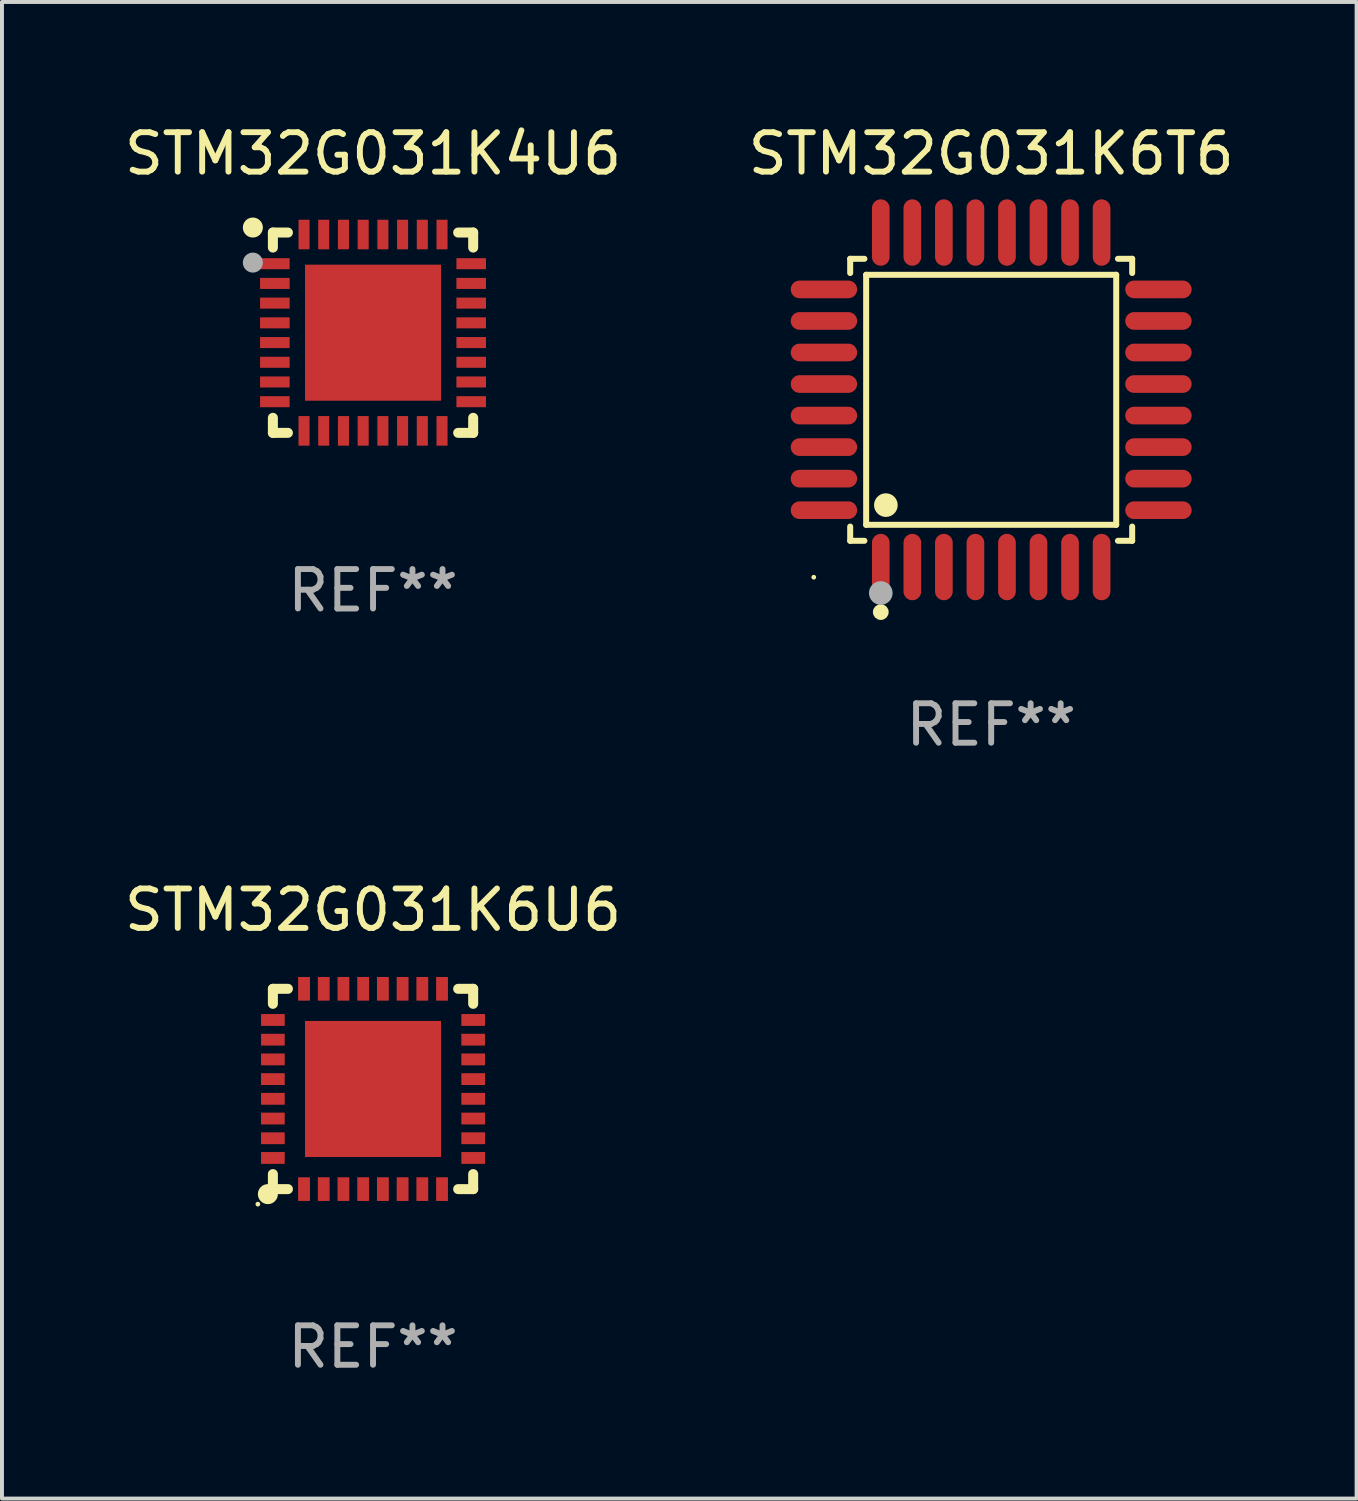
<source format=kicad_pcb>
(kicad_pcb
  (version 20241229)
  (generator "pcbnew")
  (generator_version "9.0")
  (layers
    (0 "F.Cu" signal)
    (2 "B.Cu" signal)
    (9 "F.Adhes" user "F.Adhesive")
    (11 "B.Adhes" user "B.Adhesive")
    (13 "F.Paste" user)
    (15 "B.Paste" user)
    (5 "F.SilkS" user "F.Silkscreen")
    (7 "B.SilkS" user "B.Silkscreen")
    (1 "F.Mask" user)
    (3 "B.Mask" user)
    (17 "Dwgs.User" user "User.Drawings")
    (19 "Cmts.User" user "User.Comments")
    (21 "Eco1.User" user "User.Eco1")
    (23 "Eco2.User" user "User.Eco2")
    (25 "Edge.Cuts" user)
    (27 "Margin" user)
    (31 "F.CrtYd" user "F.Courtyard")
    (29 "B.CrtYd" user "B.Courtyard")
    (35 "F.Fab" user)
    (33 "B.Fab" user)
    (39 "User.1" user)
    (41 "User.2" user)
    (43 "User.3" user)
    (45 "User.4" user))
  (footprint "STM32G031K6U6"
    (layer "F.Cu")
    (at 6.411 24.569)
    (property "Reference" "STM32G031K6U6" (at 0 -4.54 0) (layer "F.SilkS") (effects (font (size 1 1) (thickness 0.15))))
    (attr through_hole)
    (fp_line (start -2.54 -2.54) (end -2.159 -2.54) (stroke (width 0.254) (type solid)) (layer "F.SilkS"))
    (fp_line (start -2.54 -2.159) (end -2.54 -2.54) (stroke (width 0.254) (type solid)) (layer "F.SilkS"))
    (fp_line (start -2.54 2.54) (end -2.54 2.159) (stroke (width 0.254) (type solid)) (layer "F.SilkS"))
    (fp_line (start -2.159 2.54) (end -2.54 2.54) (stroke (width 0.254) (type solid)) (layer "F.SilkS"))
    (fp_line (start 2.159 -2.54) (end 2.54 -2.54) (stroke (width 0.254) (type solid)) (layer "F.SilkS"))
    (fp_line (start 2.54 -2.54) (end 2.54 -2.159) (stroke (width 0.254) (type solid)) (layer "F.SilkS"))
    (fp_line (start 2.54 2.159) (end 2.54 2.54) (stroke (width 0.254) (type solid)) (layer "F.SilkS"))
    (fp_line (start 2.54 2.54) (end 2.159 2.54) (stroke (width 0.254) (type solid)) (layer "F.SilkS"))
    (fp_circle (center -2.921 2.921) (end -2.891 2.921) (stroke (width 0.06) (type solid)) (fill no) (layer "F.SilkS"))
    (fp_circle (center -2.667 2.667) (end -2.54 2.667) (stroke (width 0.254) (type solid)) (fill no) (layer "F.SilkS"))
    (fp_text user "REF**" (at 0 6.54 0) (layer "F.Fab") (effects (font (size 1 1) (thickness 0.15))))
    (pad "1" smd rect (at -1.75 2.54 90) (size 0.6 0.3) (layers "F.Cu" "F.Mask" "F.Paste"))
    (pad "2" smd rect (at -1.25 2.54 90) (size 0.6 0.3) (layers "F.Cu" "F.Mask" "F.Paste"))
    (pad "3" smd rect (at -0.75 2.54 90) (size 0.6 0.3) (layers "F.Cu" "F.Mask" "F.Paste"))
    (pad "4" smd rect (at -0.25 2.54 90) (size 0.6 0.3) (layers "F.Cu" "F.Mask" "F.Paste"))
    (pad "5" smd rect (at 0.25 2.54 90) (size 0.6 0.3) (layers "F.Cu" "F.Mask" "F.Paste"))
    (pad "6" smd rect (at 0.75 2.54 90) (size 0.6 0.3) (layers "F.Cu" "F.Mask" "F.Paste"))
    (pad "7" smd rect (at 1.25 2.54 90) (size 0.6 0.3) (layers "F.Cu" "F.Mask" "F.Paste"))
    (pad "8" smd rect (at 1.75 2.54 90) (size 0.6 0.3) (layers "F.Cu" "F.Mask" "F.Paste"))
    (pad "9" smd rect (at 2.54 1.75 180) (size 0.6 0.3) (layers "F.Cu" "F.Mask" "F.Paste"))
    (pad "10" smd rect (at 2.54 1.25 180) (size 0.6 0.3) (layers "F.Cu" "F.Mask" "F.Paste"))
    (pad "11" smd rect (at 2.54 0.75 180) (size 0.6 0.3) (layers "F.Cu" "F.Mask" "F.Paste"))
    (pad "12" smd rect (at 2.54 0.25 180) (size 0.6 0.3) (layers "F.Cu" "F.Mask" "F.Paste"))
    (pad "13" smd rect (at 2.54 -0.25 180) (size 0.6 0.3) (layers "F.Cu" "F.Mask" "F.Paste"))
    (pad "14" smd rect (at 2.54 -0.75 180) (size 0.6 0.3) (layers "F.Cu" "F.Mask" "F.Paste"))
    (pad "15" smd rect (at 2.54 -1.25 180) (size 0.6 0.3) (layers "F.Cu" "F.Mask" "F.Paste"))
    (pad "16" smd rect (at 2.54 -1.75 180) (size 0.6 0.3) (layers "F.Cu" "F.Mask" "F.Paste"))
    (pad "17" smd rect (at 1.75 -2.54 270) (size 0.6 0.3) (layers "F.Cu" "F.Mask" "F.Paste"))
    (pad "18" smd rect (at 1.25 -2.54 270) (size 0.6 0.3) (layers "F.Cu" "F.Mask" "F.Paste"))
    (pad "19" smd rect (at 0.75 -2.54 270) (size 0.6 0.3) (layers "F.Cu" "F.Mask" "F.Paste"))
    (pad "20" smd rect (at 0.25 -2.54 270) (size 0.6 0.3) (layers "F.Cu" "F.Mask" "F.Paste"))
    (pad "21" smd rect (at -0.25 -2.54 270) (size 0.6 0.3) (layers "F.Cu" "F.Mask" "F.Paste"))
    (pad "22" smd rect (at -0.75 -2.54 270) (size 0.6 0.3) (layers "F.Cu" "F.Mask" "F.Paste"))
    (pad "23" smd rect (at -1.25 -2.54 270) (size 0.6 0.3) (layers "F.Cu" "F.Mask" "F.Paste"))
    (pad "24" smd rect (at -1.75 -2.54 270) (size 0.6 0.3) (layers "F.Cu" "F.Mask" "F.Paste"))
    (pad "25" smd rect (at -2.54 -1.75) (size 0.6 0.3) (layers "F.Cu" "F.Mask" "F.Paste"))
    (pad "26" smd rect (at -2.54 -1.25) (size 0.6 0.3) (layers "F.Cu" "F.Mask" "F.Paste"))
    (pad "27" smd rect (at -2.54 -0.75) (size 0.6 0.3) (layers "F.Cu" "F.Mask" "F.Paste"))
    (pad "28" smd rect (at -2.54 -0.25) (size 0.6 0.3) (layers "F.Cu" "F.Mask" "F.Paste"))
    (pad "29" smd rect (at -2.54 0.25) (size 0.6 0.3) (layers "F.Cu" "F.Mask" "F.Paste"))
    (pad "30" smd rect (at -2.54 0.75) (size 0.6 0.3) (layers "F.Cu" "F.Mask" "F.Paste"))
    (pad "31" smd rect (at -2.54 1.25) (size 0.6 0.3) (layers "F.Cu" "F.Mask" "F.Paste"))
    (pad "32" smd rect (at -2.54 1.75) (size 0.6 0.3) (layers "F.Cu" "F.Mask" "F.Paste"))
    (pad "33" smd rect (at 0 0) (size 3.45 3.45) (layers "F.Cu" "F.Mask" "F.Paste")))
  (footprint "STM32G031K6T6"
    (layer "F.Cu")
    (at 22.089 7.09)
    (property "Reference" "STM32G031K6T6" (at 0 -6.242 0) (layer "F.SilkS") (effects (font (size 1 1) (thickness 0.15))))
    (attr through_hole)
    (fp_line (start -3.576 -3.576) (end -3.215 -3.576) (stroke (width 0.152) (type solid)) (layer "F.SilkS"))
    (fp_line (start -3.576 -3.215) (end -3.576 -3.576) (stroke (width 0.152) (type solid)) (layer "F.SilkS"))
    (fp_line (start -3.576 3.215) (end -3.576 3.576) (stroke (width 0.152) (type solid)) (layer "F.SilkS"))
    (fp_line (start -3.576 3.576) (end -3.215 3.576) (stroke (width 0.152) (type solid)) (layer "F.SilkS"))
    (fp_line (start -3.171 -3.171) (end 3.171 -3.171) (stroke (width 0.152) (type solid)) (layer "F.SilkS"))
    (fp_line (start -3.171 3.171) (end -3.171 -3.171) (stroke (width 0.152) (type solid)) (layer "F.SilkS"))
    (fp_line (start 3.171 -3.171) (end 3.171 3.171) (stroke (width 0.152) (type solid)) (layer "F.SilkS"))
    (fp_line (start 3.171 3.171) (end -3.171 3.171) (stroke (width 0.152) (type solid)) (layer "F.SilkS"))
    (fp_line (start 3.576 -3.576) (end 3.215 -3.576) (stroke (width 0.152) (type solid)) (layer "F.SilkS"))
    (fp_line (start 3.576 -3.215) (end 3.576 -3.576) (stroke (width 0.152) (type solid)) (layer "F.SilkS"))
    (fp_line (start 3.576 3.215) (end 3.576 3.576) (stroke (width 0.152) (type solid)) (layer "F.SilkS"))
    (fp_line (start 3.576 3.576) (end 3.215 3.576) (stroke (width 0.152) (type solid)) (layer "F.SilkS"))
    (fp_circle (center -4.5 4.5) (end -4.47 4.5) (stroke (width 0.06) (type solid)) (fill no) (layer "F.SilkS"))
    (fp_circle (center -2.8 5.384) (end -2.7 5.384) (stroke (width 0.2) (type solid)) (fill no) (layer "F.SilkS"))
    (fp_circle (center -2.671 2.671) (end -2.521 2.671) (stroke (width 0.3) (type solid)) (fill no) (layer "F.SilkS"))
    (fp_circle (center -2.8 4.9) (end -2.65 4.9) (stroke (width 0.3) (type solid)) (fill no) (layer "F.Fab"))
    (fp_text user "REF**" (at 0 8.242 0) (layer "F.Fab") (effects (font (size 1 1) (thickness 0.15))))
    (pad "1" smd oval (at -2.8 4.242) (size 0.448 1.684) (layers "F.Cu" "F.Mask" "F.Paste"))
    (pad "2" smd oval (at -2 4.242) (size 0.448 1.684) (layers "F.Cu" "F.Mask" "F.Paste"))
    (pad "3" smd oval (at -1.2 4.242) (size 0.448 1.684) (layers "F.Cu" "F.Mask" "F.Paste"))
    (pad "4" smd oval (at -0.4 4.242) (size 0.448 1.684) (layers "F.Cu" "F.Mask" "F.Paste"))
    (pad "5" smd oval (at 0.4 4.242) (size 0.448 1.684) (layers "F.Cu" "F.Mask" "F.Paste"))
    (pad "6" smd oval (at 1.2 4.242) (size 0.448 1.684) (layers "F.Cu" "F.Mask" "F.Paste"))
    (pad "7" smd oval (at 2 4.242) (size 0.448 1.684) (layers "F.Cu" "F.Mask" "F.Paste"))
    (pad "8" smd oval (at 2.8 4.242) (size 0.448 1.684) (layers "F.Cu" "F.Mask" "F.Paste"))
    (pad "9" smd oval (at 4.242 2.8) (size 1.684 0.448) (layers "F.Cu" "F.Mask" "F.Paste"))
    (pad "10" smd oval (at 4.242 2) (size 1.684 0.448) (layers "F.Cu" "F.Mask" "F.Paste"))
    (pad "11" smd oval (at 4.242 1.2) (size 1.684 0.448) (layers "F.Cu" "F.Mask" "F.Paste"))
    (pad "12" smd oval (at 4.242 0.4) (size 1.684 0.448) (layers "F.Cu" "F.Mask" "F.Paste"))
    (pad "13" smd oval (at 4.242 -0.4) (size 1.684 0.448) (layers "F.Cu" "F.Mask" "F.Paste"))
    (pad "14" smd oval (at 4.242 -1.2) (size 1.684 0.448) (layers "F.Cu" "F.Mask" "F.Paste"))
    (pad "15" smd oval (at 4.242 -2) (size 1.684 0.448) (layers "F.Cu" "F.Mask" "F.Paste"))
    (pad "16" smd oval (at 4.242 -2.8) (size 1.684 0.448) (layers "F.Cu" "F.Mask" "F.Paste"))
    (pad "17" smd oval (at 2.8 -4.242) (size 0.448 1.684) (layers "F.Cu" "F.Mask" "F.Paste"))
    (pad "18" smd oval (at 2 -4.242) (size 0.448 1.684) (layers "F.Cu" "F.Mask" "F.Paste"))
    (pad "19" smd oval (at 1.2 -4.242) (size 0.448 1.684) (layers "F.Cu" "F.Mask" "F.Paste"))
    (pad "20" smd oval (at 0.4 -4.242) (size 0.448 1.684) (layers "F.Cu" "F.Mask" "F.Paste"))
    (pad "21" smd oval (at -0.4 -4.242) (size 0.448 1.684) (layers "F.Cu" "F.Mask" "F.Paste"))
    (pad "22" smd oval (at -1.2 -4.242) (size 0.448 1.684) (layers "F.Cu" "F.Mask" "F.Paste"))
    (pad "23" smd oval (at -2 -4.242) (size 0.448 1.684) (layers "F.Cu" "F.Mask" "F.Paste"))
    (pad "24" smd oval (at -2.8 -4.242) (size 0.448 1.684) (layers "F.Cu" "F.Mask" "F.Paste"))
    (pad "25" smd oval (at -4.242 -2.8) (size 1.684 0.448) (layers "F.Cu" "F.Mask" "F.Paste"))
    (pad "26" smd oval (at -4.242 -2) (size 1.684 0.448) (layers "F.Cu" "F.Mask" "F.Paste"))
    (pad "27" smd oval (at -4.242 -1.2) (size 1.684 0.448) (layers "F.Cu" "F.Mask" "F.Paste"))
    (pad "28" smd oval (at -4.242 -0.4) (size 1.684 0.448) (layers "F.Cu" "F.Mask" "F.Paste"))
    (pad "29" smd oval (at -4.242 0.4) (size 1.684 0.448) (layers "F.Cu" "F.Mask" "F.Paste"))
    (pad "30" smd oval (at -4.242 1.2) (size 1.684 0.448) (layers "F.Cu" "F.Mask" "F.Paste"))
    (pad "31" smd oval (at -4.242 2) (size 1.684 0.448) (layers "F.Cu" "F.Mask" "F.Paste"))
    (pad "32" smd oval (at -4.242 2.8) (size 1.684 0.448) (layers "F.Cu" "F.Mask" "F.Paste")))
  (footprint "STM32G031K4U6"
    (layer "F.Cu")
    (at 6.411 5.388)
    (property "Reference" "STM32G031K4U6" (at 0 -4.54 0) (layer "F.SilkS") (effects (font (size 1 1) (thickness 0.15))))
    (attr through_hole)
    (fp_line (start -2.54 -2.54) (end -2.159 -2.54) (stroke (width 0.254) (type solid)) (layer "F.SilkS"))
    (fp_line (start -2.54 -2.159) (end -2.54 -2.54) (stroke (width 0.254) (type solid)) (layer "F.SilkS"))
    (fp_line (start -2.54 2.54) (end -2.54 2.159) (stroke (width 0.254) (type solid)) (layer "F.SilkS"))
    (fp_line (start -2.159 2.54) (end -2.54 2.54) (stroke (width 0.254) (type solid)) (layer "F.SilkS"))
    (fp_line (start 2.159 -2.54) (end 2.54 -2.54) (stroke (width 0.254) (type solid)) (layer "F.SilkS"))
    (fp_line (start 2.54 -2.54) (end 2.54 -2.159) (stroke (width 0.254) (type solid)) (layer "F.SilkS"))
    (fp_line (start 2.54 2.159) (end 2.54 2.54) (stroke (width 0.254) (type solid)) (layer "F.SilkS"))
    (fp_line (start 2.54 2.54) (end 2.159 2.54) (stroke (width 0.254) (type solid)) (layer "F.SilkS"))
    (fp_circle (center -3.048 -2.667) (end -2.921 -2.667) (stroke (width 0.254) (type solid)) (fill no) (layer "F.SilkS"))
    (fp_circle (center -2.5 -2.5) (end -2.47 -2.5) (stroke (width 0.06) (type solid)) (fill no) (layer "F.SilkS"))
    (fp_circle (center -3.048 -1.778) (end -2.921 -1.778) (stroke (width 0.254) (type solid)) (fill no) (layer "F.Fab"))
    (fp_text user "REF**" (at 0 6.54 0) (layer "F.Fab") (effects (font (size 1 1) (thickness 0.15))))
    (pad "1" smd rect (at -2.49 -1.75) (size 0.75 0.28) (layers "F.Cu" "F.Mask" "F.Paste"))
    (pad "2" smd rect (at -2.49 -1.25) (size 0.75 0.28) (layers "F.Cu" "F.Mask" "F.Paste"))
    (pad "3" smd rect (at -2.49 -0.75) (size 0.75 0.28) (layers "F.Cu" "F.Mask" "F.Paste"))
    (pad "4" smd rect (at -2.49 -0.25) (size 0.75 0.28) (layers "F.Cu" "F.Mask" "F.Paste"))
    (pad "5" smd rect (at -2.49 0.25) (size 0.75 0.28) (layers "F.Cu" "F.Mask" "F.Paste"))
    (pad "6" smd rect (at -2.49 0.75) (size 0.75 0.28) (layers "F.Cu" "F.Mask" "F.Paste"))
    (pad "7" smd rect (at -2.49 1.25) (size 0.75 0.28) (layers "F.Cu" "F.Mask" "F.Paste"))
    (pad "8" smd rect (at -2.49 1.75) (size 0.75 0.28) (layers "F.Cu" "F.Mask" "F.Paste"))
    (pad "9" smd rect (at -1.75 2.49) (size 0.28 0.75) (layers "F.Cu" "F.Mask" "F.Paste"))
    (pad "10" smd rect (at -1.25 2.49) (size 0.28 0.75) (layers "F.Cu" "F.Mask" "F.Paste"))
    (pad "11" smd rect (at -0.75 2.49) (size 0.28 0.75) (layers "F.Cu" "F.Mask" "F.Paste"))
    (pad "12" smd rect (at -0.25 2.49) (size 0.28 0.75) (layers "F.Cu" "F.Mask" "F.Paste"))
    (pad "13" smd rect (at 0.25 2.49) (size 0.28 0.75) (layers "F.Cu" "F.Mask" "F.Paste"))
    (pad "14" smd rect (at 0.75 2.49) (size 0.28 0.75) (layers "F.Cu" "F.Mask" "F.Paste"))
    (pad "15" smd rect (at 1.25 2.49) (size 0.28 0.75) (layers "F.Cu" "F.Mask" "F.Paste"))
    (pad "16" smd rect (at 1.75 2.49) (size 0.28 0.75) (layers "F.Cu" "F.Mask" "F.Paste"))
    (pad "17" smd rect (at 2.49 1.75) (size 0.75 0.28) (layers "F.Cu" "F.Mask" "F.Paste"))
    (pad "18" smd rect (at 2.49 1.25) (size 0.75 0.28) (layers "F.Cu" "F.Mask" "F.Paste"))
    (pad "19" smd rect (at 2.49 0.75) (size 0.75 0.28) (layers "F.Cu" "F.Mask" "F.Paste"))
    (pad "20" smd rect (at 2.49 0.25) (size 0.75 0.28) (layers "F.Cu" "F.Mask" "F.Paste"))
    (pad "21" smd rect (at 2.49 -0.25) (size 0.75 0.28) (layers "F.Cu" "F.Mask" "F.Paste"))
    (pad "22" smd rect (at 2.49 -0.75) (size 0.75 0.28) (layers "F.Cu" "F.Mask" "F.Paste"))
    (pad "23" smd rect (at 2.49 -1.25) (size 0.75 0.28) (layers "F.Cu" "F.Mask" "F.Paste"))
    (pad "24" smd rect (at 2.49 -1.75) (size 0.75 0.28) (layers "F.Cu" "F.Mask" "F.Paste"))
    (pad "25" smd rect (at 1.75 -2.49) (size 0.28 0.75) (layers "F.Cu" "F.Mask" "F.Paste"))
    (pad "26" smd rect (at 1.25 -2.49) (size 0.28 0.75) (layers "F.Cu" "F.Mask" "F.Paste"))
    (pad "27" smd rect (at 0.75 -2.49) (size 0.28 0.75) (layers "F.Cu" "F.Mask" "F.Paste"))
    (pad "28" smd rect (at 0.25 -2.49) (size 0.28 0.75) (layers "F.Cu" "F.Mask" "F.Paste"))
    (pad "29" smd rect (at -0.25 -2.49) (size 0.28 0.75) (layers "F.Cu" "F.Mask" "F.Paste"))
    (pad "30" smd rect (at -0.75 -2.49) (size 0.28 0.75) (layers "F.Cu" "F.Mask" "F.Paste"))
    (pad "31" smd rect (at -1.25 -2.49) (size 0.28 0.75) (layers "F.Cu" "F.Mask" "F.Paste"))
    (pad "32" smd rect (at -1.75 -2.49) (size 0.28 0.75) (layers "F.Cu" "F.Mask" "F.Paste"))
    (pad "33" smd rect (at 0 0) (size 3.45 3.45) (layers "F.Cu" "F.Mask" "F.Paste")))
  (gr_rect
    (start -3 -3)
    (end 31.357 34.957)
    (stroke (width 0.1) (type default))
    (fill no)
    (layer "Edge.Cuts")))
</source>
